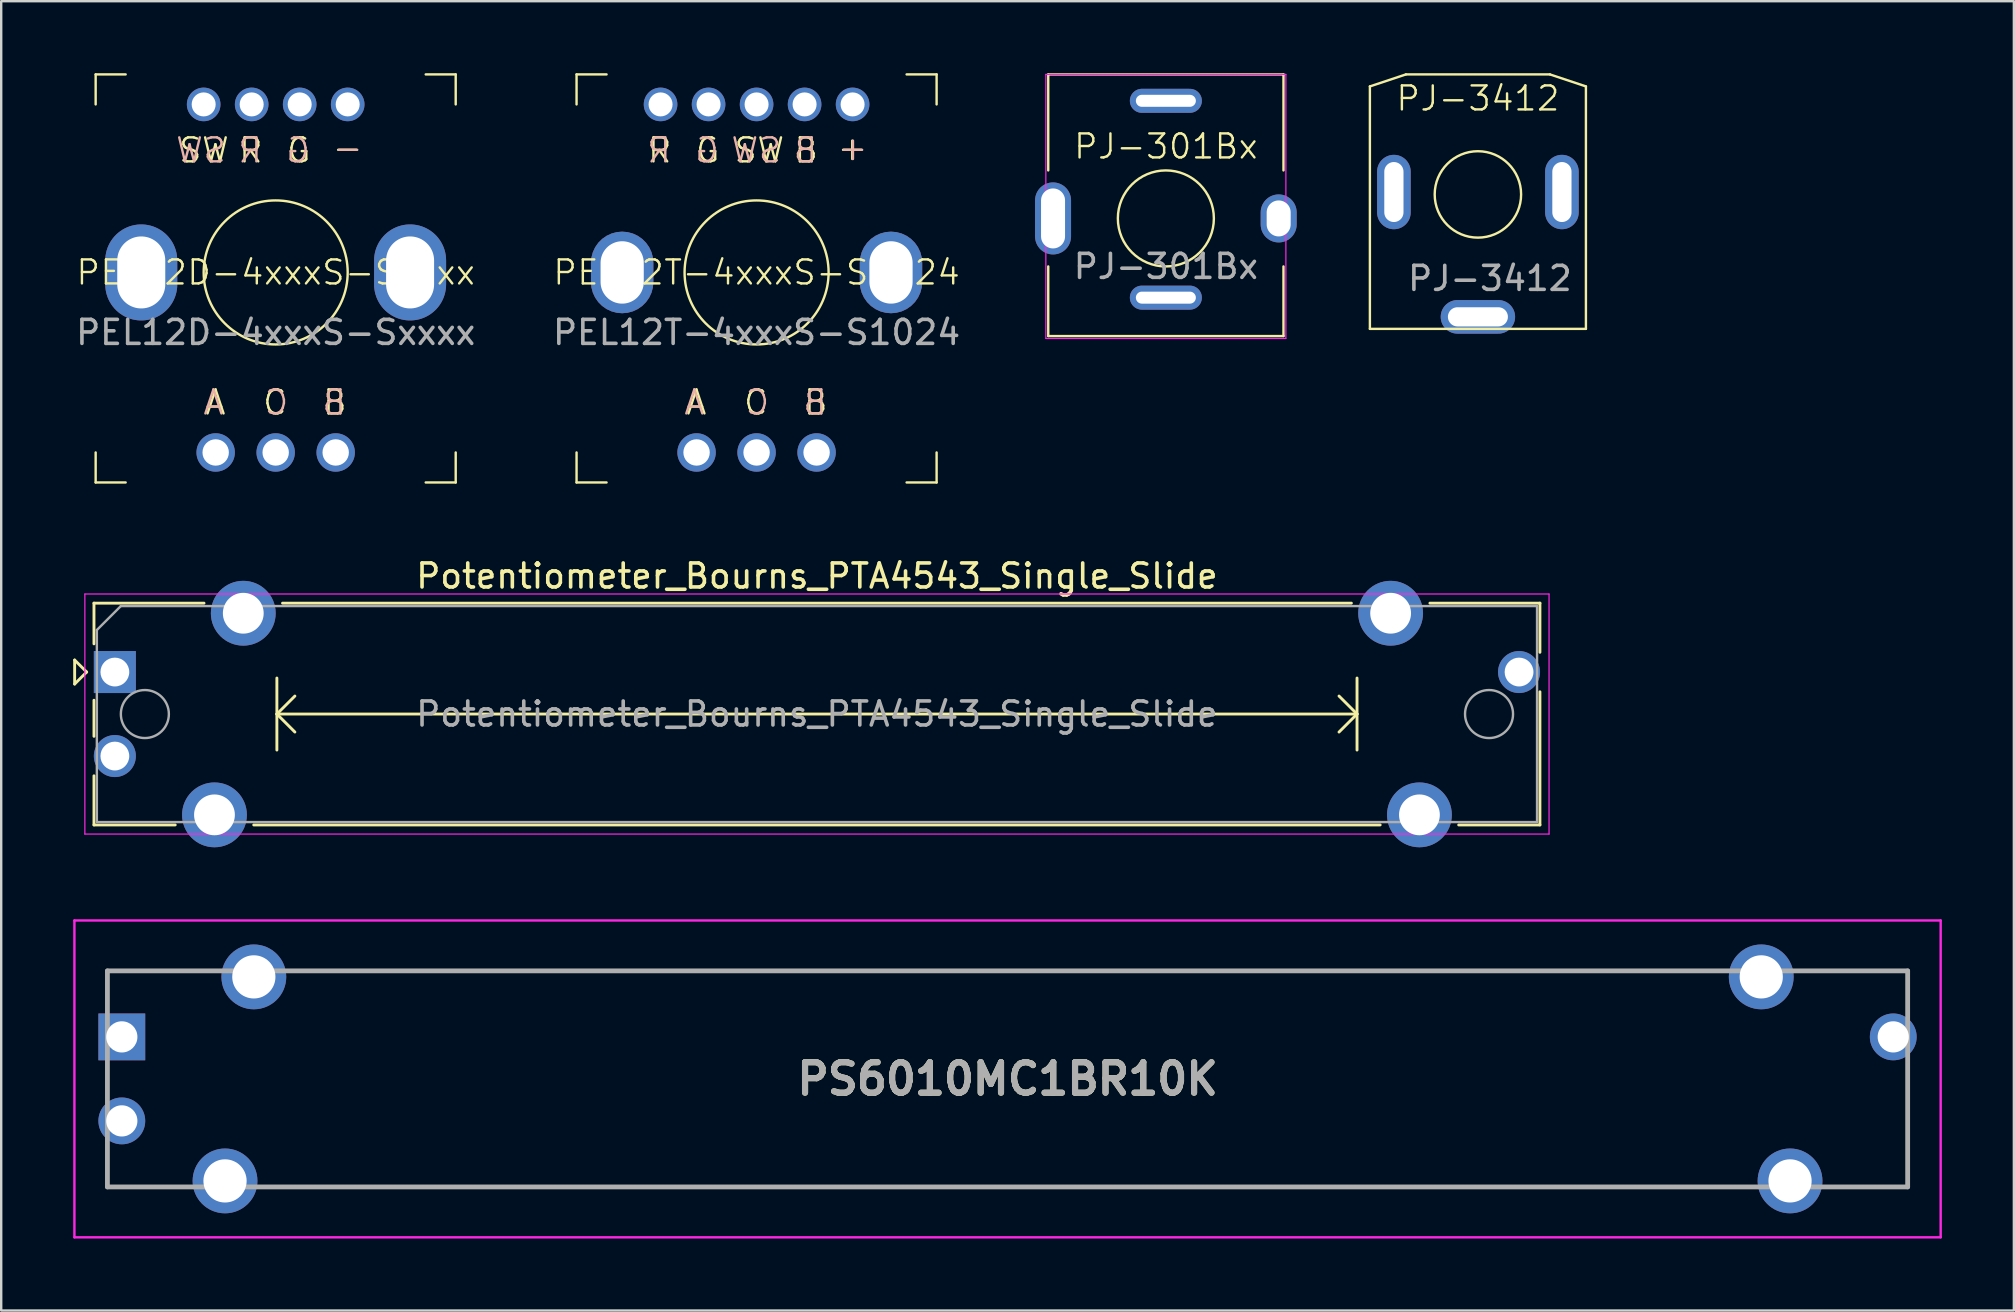
<source format=kicad_pcb>
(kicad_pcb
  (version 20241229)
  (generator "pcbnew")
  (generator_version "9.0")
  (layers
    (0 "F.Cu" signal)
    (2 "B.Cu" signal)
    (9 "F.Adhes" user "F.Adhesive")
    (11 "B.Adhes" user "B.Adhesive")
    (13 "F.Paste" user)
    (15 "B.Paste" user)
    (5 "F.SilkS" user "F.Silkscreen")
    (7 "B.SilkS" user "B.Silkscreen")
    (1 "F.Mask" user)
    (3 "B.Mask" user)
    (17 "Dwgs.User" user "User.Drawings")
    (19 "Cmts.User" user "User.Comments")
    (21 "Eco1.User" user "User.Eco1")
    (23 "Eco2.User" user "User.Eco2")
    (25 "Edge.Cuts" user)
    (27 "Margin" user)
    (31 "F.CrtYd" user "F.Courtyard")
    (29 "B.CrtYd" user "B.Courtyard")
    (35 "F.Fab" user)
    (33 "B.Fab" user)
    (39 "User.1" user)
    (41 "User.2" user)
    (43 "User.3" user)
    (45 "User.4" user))
  (footprint "PS6010MC1BR10K"
    (layer "F.Cu")
    (at 2.025 40.148)
    (property "Reference" "PS6010MC1BR10K" (at 36.9 1.75 0) (layer "F.SilkS") (effects (font (size 1.27 1.27) (thickness 0.254))))
    (attr through_hole)
    (fp_line (start -0.6 -2.75) (end -0.6 -1.25) (stroke (width 0.1) (type solid)) (layer "F.SilkS"))
    (fp_line (start -0.6 4.75) (end -0.6 6.25) (stroke (width 0.1) (type solid)) (layer "F.SilkS"))
    (fp_line (start -0.6 6.25) (end 2.4 6.25) (stroke (width 0.1) (type solid)) (layer "F.SilkS"))
    (fp_line (start 3.4 -2.75) (end -0.6 -2.75) (stroke (width 0.1) (type solid)) (layer "F.SilkS"))
    (fp_line (start 7.4 -2.75) (end 66.4 -2.75) (stroke (width 0.1) (type solid)) (layer "F.SilkS"))
    (fp_line (start 67.6 6.25) (end 6.2 6.25) (stroke (width 0.1) (type solid)) (layer "F.SilkS"))
    (fp_line (start 69.9 -2.75) (end 74.4 -2.75) (stroke (width 0.1) (type solid)) (layer "F.SilkS"))
    (fp_line (start 74.4 -2.75) (end 74.4 -1.25) (stroke (width 0.1) (type solid)) (layer "F.SilkS"))
    (fp_line (start 74.4 1.25) (end 74.4 6.25) (stroke (width 0.1) (type solid)) (layer "F.SilkS"))
    (fp_line (start 74.4 6.25) (end 71.4 6.25) (stroke (width 0.1) (type solid)) (layer "F.SilkS"))
    (fp_line (start -1.975 -4.85) (end 75.775 -4.85) (stroke (width 0.1) (type solid)) (layer "F.CrtYd"))
    (fp_line (start -1.975 8.35) (end -1.975 -4.85) (stroke (width 0.1) (type solid)) (layer "F.CrtYd"))
    (fp_line (start 75.775 -4.85) (end 75.775 8.35) (stroke (width 0.1) (type solid)) (layer "F.CrtYd"))
    (fp_line (start 75.775 8.35) (end -1.975 8.35) (stroke (width 0.1) (type solid)) (layer "F.CrtYd"))
    (fp_line (start -0.6 -2.75) (end 74.4 -2.75) (stroke (width 0.2) (type solid)) (layer "F.Fab"))
    (fp_line (start -0.6 6.25) (end -0.6 -2.75) (stroke (width 0.2) (type solid)) (layer "F.Fab"))
    (fp_line (start 74.4 -2.75) (end 74.4 6.25) (stroke (width 0.2) (type solid)) (layer "F.Fab"))
    (fp_line (start 74.4 6.25) (end -0.6 6.25) (stroke (width 0.2) (type solid)) (layer "F.Fab"))
    (fp_text user "${REFERENCE}" (at 36.9 1.75 0) (layer "F.Fab") (effects (font (size 1.27 1.27) (thickness 0.254))))
    (pad "1" thru_hole rect (at 0 0) (size 1.95 1.95) (drill 1.3) (layers "*.Cu" "*.Mask"))
    (pad "2" thru_hole circle (at 0 3.5) (size 1.95 1.95) (drill 1.3) (layers "*.Cu" "*.Mask"))
    (pad "3" thru_hole circle (at 73.8 0) (size 1.95 1.95) (drill 1.3) (layers "*.Cu" "*.Mask"))
    (pad "4" thru_hole circle (at 4.3 6) (size 2.7 2.7) (drill 1.8) (layers "*.Cu" "*.Mask"))
    (pad "5" thru_hole circle (at 5.5 -2.5) (size 2.7 2.7) (drill 1.8) (layers "*.Cu" "*.Mask"))
    (pad "6" thru_hole circle (at 68.3 -2.5) (size 2.7 2.7) (drill 1.8) (layers "*.Cu" "*.Mask"))
    (pad "7" thru_hole circle (at 69.5 6) (size 2.7 2.7) (drill 1.8) (layers "*.Cu" "*.Mask")))
  (footprint "PJ-301Bx"
    (layer "F.Cu")
    (at 45.521 6.05)
    (property "Reference" "PJ-301Bx" (at 0 -3 0) (unlocked yes) (layer "F.SilkS") (effects (font (size 1 1) (thickness 0.1))))
    (attr through_hole)
    (fp_line (start -4.9 -6) (end -4.9 -2) (stroke (width 0.1) (type default)) (layer "F.SilkS"))
    (fp_line (start -4.9 -6) (end 4.9 -6) (stroke (width 0.1) (type default)) (layer "F.SilkS"))
    (fp_line (start -4.9 4.9) (end -4.9 2) (stroke (width 0.1) (type default)) (layer "F.SilkS"))
    (fp_line (start -4.9 4.9) (end 4.9 4.9) (stroke (width 0.1) (type default)) (layer "F.SilkS"))
    (fp_line (start 4.9 -6) (end 4.9 -2) (stroke (width 0.1) (type default)) (layer "F.SilkS"))
    (fp_line (start 4.9 4.9) (end 4.9 2) (stroke (width 0.1) (type default)) (layer "F.SilkS"))
    (fp_circle (center 0 0) (end 2 0) (stroke (width 0.1) (type default)) (fill no) (layer "F.SilkS"))
    (fp_line (start -5 -6) (end -5 5) (stroke (width 0.05) (type default)) (layer "F.CrtYd"))
    (fp_line (start -5 5) (end 5 5) (stroke (width 0.05) (type default)) (layer "F.CrtYd"))
    (fp_line (start 5 -6) (end -5 -6) (stroke (width 0.05) (type default)) (layer "F.CrtYd"))
    (fp_line (start 5 5) (end 5 -6) (stroke (width 0.05) (type default)) (layer "F.CrtYd"))
    (fp_text user "${REFERENCE}" (at 0 2 0) (unlocked yes) (layer "F.Fab") (effects (font (size 1 1) (thickness 0.15))))
    (pad "S" thru_hole oval (at -4.7 0) (size 1.5 3) (drill oval 1 2.5) (layers "*.Cu" "*.Mask"))
    (pad "S" thru_hole oval (at 4.7 0) (size 1.5 2) (drill oval 1 1.5) (layers "*.Cu" "*.Mask"))
    (pad "T" thru_hole oval (at 0 -4.9 90) (size 1 3) (drill oval 0.5 2.5) (layers "*.Cu" "*.Mask"))
    (pad "TN" thru_hole oval (at 0 3.3 90) (size 1 3) (drill oval 0.5 2.5) (layers "*.Cu" "*.Mask")))
  (footprint "Potentiometer_Bourns_PTA4543_Single_Slide"
    (layer "F.Cu")
    (at 1.735 24.948)
    (property "Reference" "Potentiometer_Bourns_PTA4543_Single_Slide" (at 29.25 -4 0) (layer "F.SilkS") (effects (font (size 1 1) (thickness 0.15))))
    (attr through_hole)
    (fp_line (start -1.675 -0.5) (end -1.675 0.5) (stroke (width 0.12) (type solid)) (layer "F.SilkS"))
    (fp_line (start -1.675 0.5) (end -1.175 0) (stroke (width 0.12) (type solid)) (layer "F.SilkS"))
    (fp_line (start -1.175 0) (end -1.675 -0.5) (stroke (width 0.12) (type solid)) (layer "F.SilkS"))
    (fp_line (start -0.87 -2.87) (end -0.87 -1.175) (stroke (width 0.12) (type solid)) (layer "F.SilkS"))
    (fp_line (start -0.87 -2.87) (end 3.715 -2.87) (stroke (width 0.12) (type solid)) (layer "F.SilkS"))
    (fp_line (start -0.87 1.175) (end -0.87 2.678) (stroke (width 0.12) (type solid)) (layer "F.SilkS"))
    (fp_line (start -0.87 4.323) (end -0.87 6.37) (stroke (width 0.12) (type solid)) (layer "F.SilkS"))
    (fp_line (start -0.87 6.37) (end 2.515 6.37) (stroke (width 0.12) (type solid)) (layer "F.SilkS"))
    (fp_line (start 5.786 6.37) (end 52.715 6.37) (stroke (width 0.12) (type solid)) (layer "F.SilkS"))
    (fp_line (start 6.75 0.25) (end 6.75 3.25) (stroke (width 0.12) (type solid)) (layer "F.SilkS"))
    (fp_line (start 6.75 1.75) (end 7.5 2.5) (stroke (width 0.12) (type solid)) (layer "F.SilkS"))
    (fp_line (start 6.75 1.75) (end 51.75 1.75) (stroke (width 0.12) (type solid)) (layer "F.SilkS"))
    (fp_line (start 6.986 -2.87) (end 51.515 -2.87) (stroke (width 0.12) (type solid)) (layer "F.SilkS"))
    (fp_line (start 7.5 1) (end 6.75 1.75) (stroke (width 0.12) (type solid)) (layer "F.SilkS"))
    (fp_line (start 51 1) (end 51.75 1.75) (stroke (width 0.12) (type solid)) (layer "F.SilkS"))
    (fp_line (start 51.75 0.25) (end 51.75 3.25) (stroke (width 0.12) (type solid)) (layer "F.SilkS"))
    (fp_line (start 51.75 1.75) (end 51 2.5) (stroke (width 0.12) (type solid)) (layer "F.SilkS"))
    (fp_line (start 54.786 -2.87) (end 59.37 -2.87) (stroke (width 0.12) (type solid)) (layer "F.SilkS"))
    (fp_line (start 55.986 6.37) (end 59.37 6.37) (stroke (width 0.12) (type solid)) (layer "F.SilkS"))
    (fp_line (start 59.37 -2.87) (end 59.37 -0.823) (stroke (width 0.12) (type solid)) (layer "F.SilkS"))
    (fp_line (start 59.37 0.823) (end 59.37 6.37) (stroke (width 0.12) (type solid)) (layer "F.SilkS"))
    (fp_line (start -1.25 -3.25) (end -1.25 6.75) (stroke (width 0.05) (type solid)) (layer "F.CrtYd"))
    (fp_line (start -1.25 6.75) (end 59.75 6.75) (stroke (width 0.05) (type solid)) (layer "F.CrtYd"))
    (fp_line (start 59.75 -3.25) (end -1.25 -3.25) (stroke (width 0.05) (type solid)) (layer "F.CrtYd"))
    (fp_line (start 59.75 6.75) (end 59.75 -3.25) (stroke (width 0.05) (type solid)) (layer "F.CrtYd"))
    (fp_line (start -0.75 -1.75) (end 0.25 -2.75) (stroke (width 0.1) (type solid)) (layer "F.Fab"))
    (fp_line (start -0.75 6.25) (end -0.75 -1.75) (stroke (width 0.1) (type solid)) (layer "F.Fab"))
    (fp_line (start 0.25 -2.75) (end 59.25 -2.75) (stroke (width 0.1) (type solid)) (layer "F.Fab"))
    (fp_line (start 59.25 -2.75) (end 59.25 6.25) (stroke (width 0.1) (type solid)) (layer "F.Fab"))
    (fp_line (start 59.25 6.25) (end -0.75 6.25) (stroke (width 0.1) (type solid)) (layer "F.Fab"))
    (fp_circle (center 1.25 1.75) (end 2.25 1.75) (stroke (width 0.1) (type solid)) (fill no) (layer "F.Fab"))
    (fp_circle (center 57.25 1.75) (end 58.25 1.75) (stroke (width 0.1) (type solid)) (fill no) (layer "F.Fab"))
    (fp_text user "${REFERENCE}" (at 29.25 1.75 0) (layer "F.Fab") (effects (font (size 1 1) (thickness 0.15))))
    (pad "1" thru_hole rect (at 0 0) (size 1.75 1.75) (drill 1.2) (layers "*.Cu" "*.Mask"))
    (pad "2" thru_hole circle (at 0 3.5) (size 1.75 1.75) (drill 1.2) (layers "*.Cu" "*.Mask"))
    (pad "3" thru_hole circle (at 58.5 0) (size 1.75 1.75) (drill 1.2) (layers "*.Cu" "*.Mask"))
    (pad "MP" thru_hole circle (at 4.15 5.95) (size 2.7 2.7) (drill 1.7) (layers "*.Cu" "*.Mask"))
    (pad "MP" thru_hole circle (at 5.35 -2.45) (size 2.7 2.7) (drill 1.7) (layers "*.Cu" "*.Mask"))
    (pad "MP" thru_hole circle (at 53.15 -2.45) (size 2.7 2.7) (drill 1.7) (layers "*.Cu" "*.Mask"))
    (pad "MP" thru_hole circle (at 54.35 5.95) (size 2.7 2.7) (drill 1.7) (layers "*.Cu" "*.Mask")))
  (footprint "PJ-3412"
    (layer "F.Cu")
    (at 58.521 5.05)
    (property "Reference" "PJ-3412" (at 0 -4 0) (unlocked yes) (layer "F.SilkS") (effects (font (size 1 1) (thickness 0.1))))
    (attr through_hole)
    (fp_line (start -4.5 -4.5) (end -4.5 5.6) (stroke (width 0.1) (type default)) (layer "F.SilkS"))
    (fp_line (start -4.5 -4.5) (end -3 -5) (stroke (width 0.1) (type default)) (layer "F.SilkS"))
    (fp_line (start -4.5 5.6) (end 4.5 5.6) (stroke (width 0.1) (type default)) (layer "F.SilkS"))
    (fp_line (start 3 -5) (end -3 -5) (stroke (width 0.1) (type default)) (layer "F.SilkS"))
    (fp_line (start 4.5 -4.5) (end 3 -5) (stroke (width 0.1) (type default)) (layer "F.SilkS"))
    (fp_line (start 4.5 5.6) (end 4.5 -4.5) (stroke (width 0.1) (type default)) (layer "F.SilkS"))
    (fp_circle (center 0 0) (end 1.8 0) (stroke (width 0.1) (type default)) (fill no) (layer "F.SilkS"))
    (fp_text user "${REFERENCE}" (at 0.5 3.5 0) (unlocked yes) (layer "F.Fab") (effects (font (size 1 1) (thickness 0.15))))
    (pad "S" thru_hole oval (at 3.5 -0.1 270) (size 3.1 1.4) (drill oval 2.5 0.8) (layers "*.Cu" "*.Mask"))
    (pad "T" thru_hole oval (at 0 5.1) (size 3.1 1.4) (drill oval 2.5 0.8) (layers "*.Cu" "*.Mask"))
    (pad "TN" thru_hole oval (at -3.5 -0.1 90) (size 3.1 1.4) (drill oval 2.5 0.8) (layers "*.Cu" "*.Mask")))
  (footprint "PEL12D-4xxxS-Sxxxx"
    (layer "F.Cu")
    (at 8.435 8.3)
    (property "Reference" "PEL12D-4xxxS-Sxxxx" (at 0 0 0) (unlocked yes) (layer "F.SilkS") (effects (font (size 1 1) (thickness 0.1))))
    (attr through_hole)
    (fp_line (start -7.5 -8.25) (end -6.25 -8.25) (stroke (width 0.1) (type default)) (layer "F.SilkS"))
    (fp_line (start -7.5 -7) (end -7.5 -8.25) (stroke (width 0.1) (type default)) (layer "F.SilkS"))
    (fp_line (start -7.5 8.75) (end -7.5 7.5) (stroke (width 0.1) (type default)) (layer "F.SilkS"))
    (fp_line (start -6.25 8.75) (end -7.5 8.75) (stroke (width 0.1) (type default)) (layer "F.SilkS"))
    (fp_line (start 7.5 -8.25) (end 6.25 -8.25) (stroke (width 0.1) (type default)) (layer "F.SilkS"))
    (fp_line (start 7.5 -8.25) (end 7.5 -7) (stroke (width 0.1) (type default)) (layer "F.SilkS"))
    (fp_line (start 7.5 8.75) (end 6.25 8.75) (stroke (width 0.1) (type default)) (layer "F.SilkS"))
    (fp_line (start 7.5 8.75) (end 7.5 7.5) (stroke (width 0.1) (type default)) (layer "F.SilkS"))
    (fp_circle (center 0 0) (end 3 0) (stroke (width 0.1) (type default)) (fill no) (layer "F.SilkS"))
    (fp_text user "SW" (at -4.1 -4.5 0) (unlocked yes) (layer "F.SilkS") (effects (font (size 1 1) (thickness 0.1)) (justify left bottom)))
    (fp_text user "R" (at -1.6 -4.5 0) (unlocked yes) (layer "F.SilkS") (effects (font (size 1 1) (thickness 0.1)) (justify left bottom)))
    (fp_text user "B" (at 1.9 6 0) (unlocked yes) (layer "F.SilkS") (effects (font (size 1 1) (thickness 0.1)) (justify left bottom)))
    (fp_text user "G" (at 0.4 -4.5 0) (unlocked yes) (layer "F.SilkS") (effects (font (size 1 1) (thickness 0.1)) (justify left bottom)))
    (fp_text user "-" (at 2.3 -4.6 0) (unlocked yes) (layer "F.SilkS") (effects (font (size 1 1) (thickness 0.1)) (justify left bottom)))
    (fp_text user "C" (at -0.6 6 0) (unlocked yes) (layer "F.SilkS") (effects (font (size 1 1) (thickness 0.1)) (justify left bottom)))
    (fp_text user "A" (at -3 6 0) (unlocked yes) (layer "F.SilkS") (effects (font (size 1 1) (thickness 0.1)) (justify left bottom)))
    (fp_text user "C" (at 0.6 6 0) (unlocked yes) (layer "B.SilkS") (effects (font (size 1 1) (thickness 0.1)) (justify left bottom mirror)))
    (fp_text user "-" (at 3.7 -4.6 0) (unlocked yes) (layer "B.SilkS") (effects (font (size 1 1) (thickness 0.1)) (justify left bottom mirror)))
    (fp_text user "A" (at -2.1 6 0) (unlocked yes) (layer "B.SilkS") (effects (font (size 1 1) (thickness 0.1)) (justify left bottom mirror)))
    (fp_text user "G" (at 1.5 -4.5 0) (unlocked yes) (layer "B.SilkS") (effects (font (size 1 1) (thickness 0.1)) (justify left bottom mirror)))
    (fp_text user "B" (at 3 6 0) (unlocked yes) (layer "B.SilkS") (effects (font (size 1 1) (thickness 0.1)) (justify left bottom mirror)))
    (fp_text user "R" (at -0.5 -4.5 0) (unlocked yes) (layer "B.SilkS") (effects (font (size 1 1) (thickness 0.1)) (justify left bottom mirror)))
    (fp_text user "SW" (at -2 -4.5 0) (unlocked yes) (layer "B.SilkS") (effects (font (size 1 1) (thickness 0.1)) (justify left bottom mirror)))
    (fp_text user "${REFERENCE}" (at 0 2.5 0) (unlocked yes) (layer "F.Fab") (effects (font (size 1 1) (thickness 0.15))))
    (pad "1" thru_hole circle (at 3 -7) (size 1.4 1.4) (drill 1) (layers "*.Cu" "*.Mask"))
    (pad "2" thru_hole circle (at 1 -7) (size 1.4 1.4) (drill 1) (layers "*.Cu" "*.Mask"))
    (pad "3" thru_hole circle (at -1 -7) (size 1.4 1.4) (drill 1) (layers "*.Cu" "*.Mask"))
    (pad "4" thru_hole circle (at -3 -7) (size 1.4 1.4) (drill 1) (layers "*.Cu" "*.Mask"))
    (pad "5" thru_hole circle (at -2.5 7.5) (size 1.6 1.6) (drill 1.1) (layers "*.Cu" "*.Mask"))
    (pad "6" thru_hole circle (at 0 7.5) (size 1.6 1.6) (drill 1.1) (layers "*.Cu" "*.Mask"))
    (pad "7" thru_hole circle (at 2.5 7.5) (size 1.6 1.6) (drill 1.1) (layers "*.Cu" "*.Mask"))
    (pad "8" thru_hole oval (at -5.6 0) (size 3 4) (drill oval 2 3) (layers "*.Cu" "*.Mask"))
    (pad "8" thru_hole oval (at 5.6 0 180) (size 3 4) (drill oval 2 3) (layers "*.Cu" "*.Mask")))
  (footprint "PEL12T-4xxxS-S1024"
    (layer "F.Cu")
    (at 28.47 8.3)
    (property "Reference" "PEL12T-4xxxS-S1024" (at 0 0 0) (unlocked yes) (layer "F.SilkS") (effects (font (size 1 1) (thickness 0.1))))
    (attr through_hole)
    (fp_line (start -7.5 -8.25) (end -6.25 -8.25) (stroke (width 0.1) (type default)) (layer "F.SilkS"))
    (fp_line (start -7.5 -7) (end -7.5 -8.25) (stroke (width 0.1) (type default)) (layer "F.SilkS"))
    (fp_line (start -7.5 8.75) (end -7.5 7.5) (stroke (width 0.1) (type default)) (layer "F.SilkS"))
    (fp_line (start -6.25 8.75) (end -7.5 8.75) (stroke (width 0.1) (type default)) (layer "F.SilkS"))
    (fp_line (start 7.5 -8.25) (end 6.25 -8.25) (stroke (width 0.1) (type default)) (layer "F.SilkS"))
    (fp_line (start 7.5 -8.25) (end 7.5 -7) (stroke (width 0.1) (type default)) (layer "F.SilkS"))
    (fp_line (start 7.5 8.75) (end 6.25 8.75) (stroke (width 0.1) (type default)) (layer "F.SilkS"))
    (fp_line (start 7.5 8.75) (end 7.5 7.5) (stroke (width 0.1) (type default)) (layer "F.SilkS"))
    (fp_circle (center 0 0) (end 3 0) (stroke (width 0.1) (type default)) (fill no) (layer "F.SilkS"))
    (fp_text user "SW" (at -1 -4.5 0) (unlocked yes) (layer "F.SilkS") (effects (font (size 1 1) (thickness 0.1)) (justify left bottom)))
    (fp_text user "+" (at 3.3 -4.6 0) (unlocked yes) (layer "F.SilkS") (effects (font (size 1 1) (thickness 0.1)) (justify left bottom)))
    (fp_text user "C" (at -0.6 6 0) (unlocked yes) (layer "F.SilkS") (effects (font (size 1 1) (thickness 0.1)) (justify left bottom)))
    (fp_text user "B" (at 1.9 6 0) (unlocked yes) (layer "F.SilkS") (effects (font (size 1 1) (thickness 0.1)) (justify left bottom)))
    (fp_text user "A" (at -3 6 0) (unlocked yes) (layer "F.SilkS") (effects (font (size 1 1) (thickness 0.1)) (justify left bottom)))
    (fp_text user "B" (at 1.5 -4.5 0) (unlocked yes) (layer "F.SilkS") (effects (font (size 1 1) (thickness 0.1)) (justify left bottom)))
    (fp_text user "G" (at -2.6 -4.5 0) (unlocked yes) (layer "F.SilkS") (effects (font (size 1 1) (thickness 0.1)) (justify left bottom)))
    (fp_text user "R" (at -4.6 -4.5 0) (unlocked yes) (layer "F.SilkS") (effects (font (size 1 1) (thickness 0.1)) (justify left bottom)))
    (fp_text user "C" (at 0.6 6 0) (unlocked yes) (layer "B.SilkS") (effects (font (size 1 1) (thickness 0.1)) (justify left bottom mirror)))
    (fp_text user "G" (at -1.5 -4.5 0) (unlocked yes) (layer "B.SilkS") (effects (font (size 1 1) (thickness 0.1)) (justify left bottom mirror)))
    (fp_text user "+" (at 4.7 -4.6 0) (unlocked yes) (layer "B.SilkS") (effects (font (size 1 1) (thickness 0.1)) (justify left bottom mirror)))
    (fp_text user "R" (at -3.5 -4.5 0) (unlocked yes) (layer "B.SilkS") (effects (font (size 1 1) (thickness 0.1)) (justify left bottom mirror)))
    (fp_text user "SW" (at 1.1 -4.5 0) (unlocked yes) (layer "B.SilkS") (effects (font (size 1 1) (thickness 0.1)) (justify left bottom mirror)))
    (fp_text user "B" (at 3 6 0) (unlocked yes) (layer "B.SilkS") (effects (font (size 1 1) (thickness 0.1)) (justify left bottom mirror)))
    (fp_text user "A" (at -2.1 6 0) (unlocked yes) (layer "B.SilkS") (effects (font (size 1 1) (thickness 0.1)) (justify left bottom mirror)))
    (fp_text user "B" (at 2.6 -4.5 0) (unlocked yes) (layer "B.SilkS") (effects (font (size 1 1) (thickness 0.1)) (justify left bottom mirror)))
    (fp_text user "${REFERENCE}" (at 0 2.5 0) (unlocked yes) (layer "F.Fab") (effects (font (size 1 1) (thickness 0.15))))
    (pad "1" thru_hole circle (at -4 -7) (size 1.4 1.4) (drill 1) (layers "*.Cu" "*.Mask"))
    (pad "2" thru_hole circle (at -2 -7) (size 1.4 1.4) (drill 1) (layers "*.Cu" "*.Mask"))
    (pad "3" thru_hole circle (at 0 -7) (size 1.4 1.4) (drill 1) (layers "*.Cu" "*.Mask"))
    (pad "4" thru_hole circle (at 2 -7) (size 1.4 1.4) (drill 1) (layers "*.Cu" "*.Mask"))
    (pad "5" thru_hole circle (at 4 -7) (size 1.4 1.4) (drill 1) (layers "*.Cu" "*.Mask"))
    (pad "6" thru_hole circle (at -2.5 7.5) (size 1.6 1.6) (drill 1.1) (layers "*.Cu" "*.Mask"))
    (pad "7" thru_hole circle (at 0 7.5) (size 1.6 1.6) (drill 1.1) (layers "*.Cu" "*.Mask"))
    (pad "8" thru_hole circle (at 2.5 7.5) (size 1.6 1.6) (drill 1.1) (layers "*.Cu" "*.Mask"))
    (pad "S" thru_hole roundrect (at -5.6 0) (size 2.6 3.4) (drill oval 1.8 2.6) (layers "*.Cu" "*.Mask") (roundrect_rratio 0.5))
    (pad "S" thru_hole roundrect (at 5.6 0) (size 2.6 3.4) (drill oval 1.8 2.6) (layers "*.Cu" "*.Mask") (roundrect_rratio 0.5)))
  (gr_rect
    (start -3 -3)
    (end 80.85 51.548)
    (stroke (width 0.1) (type default))
    (fill no)
    (layer "Edge.Cuts")))
</source>
